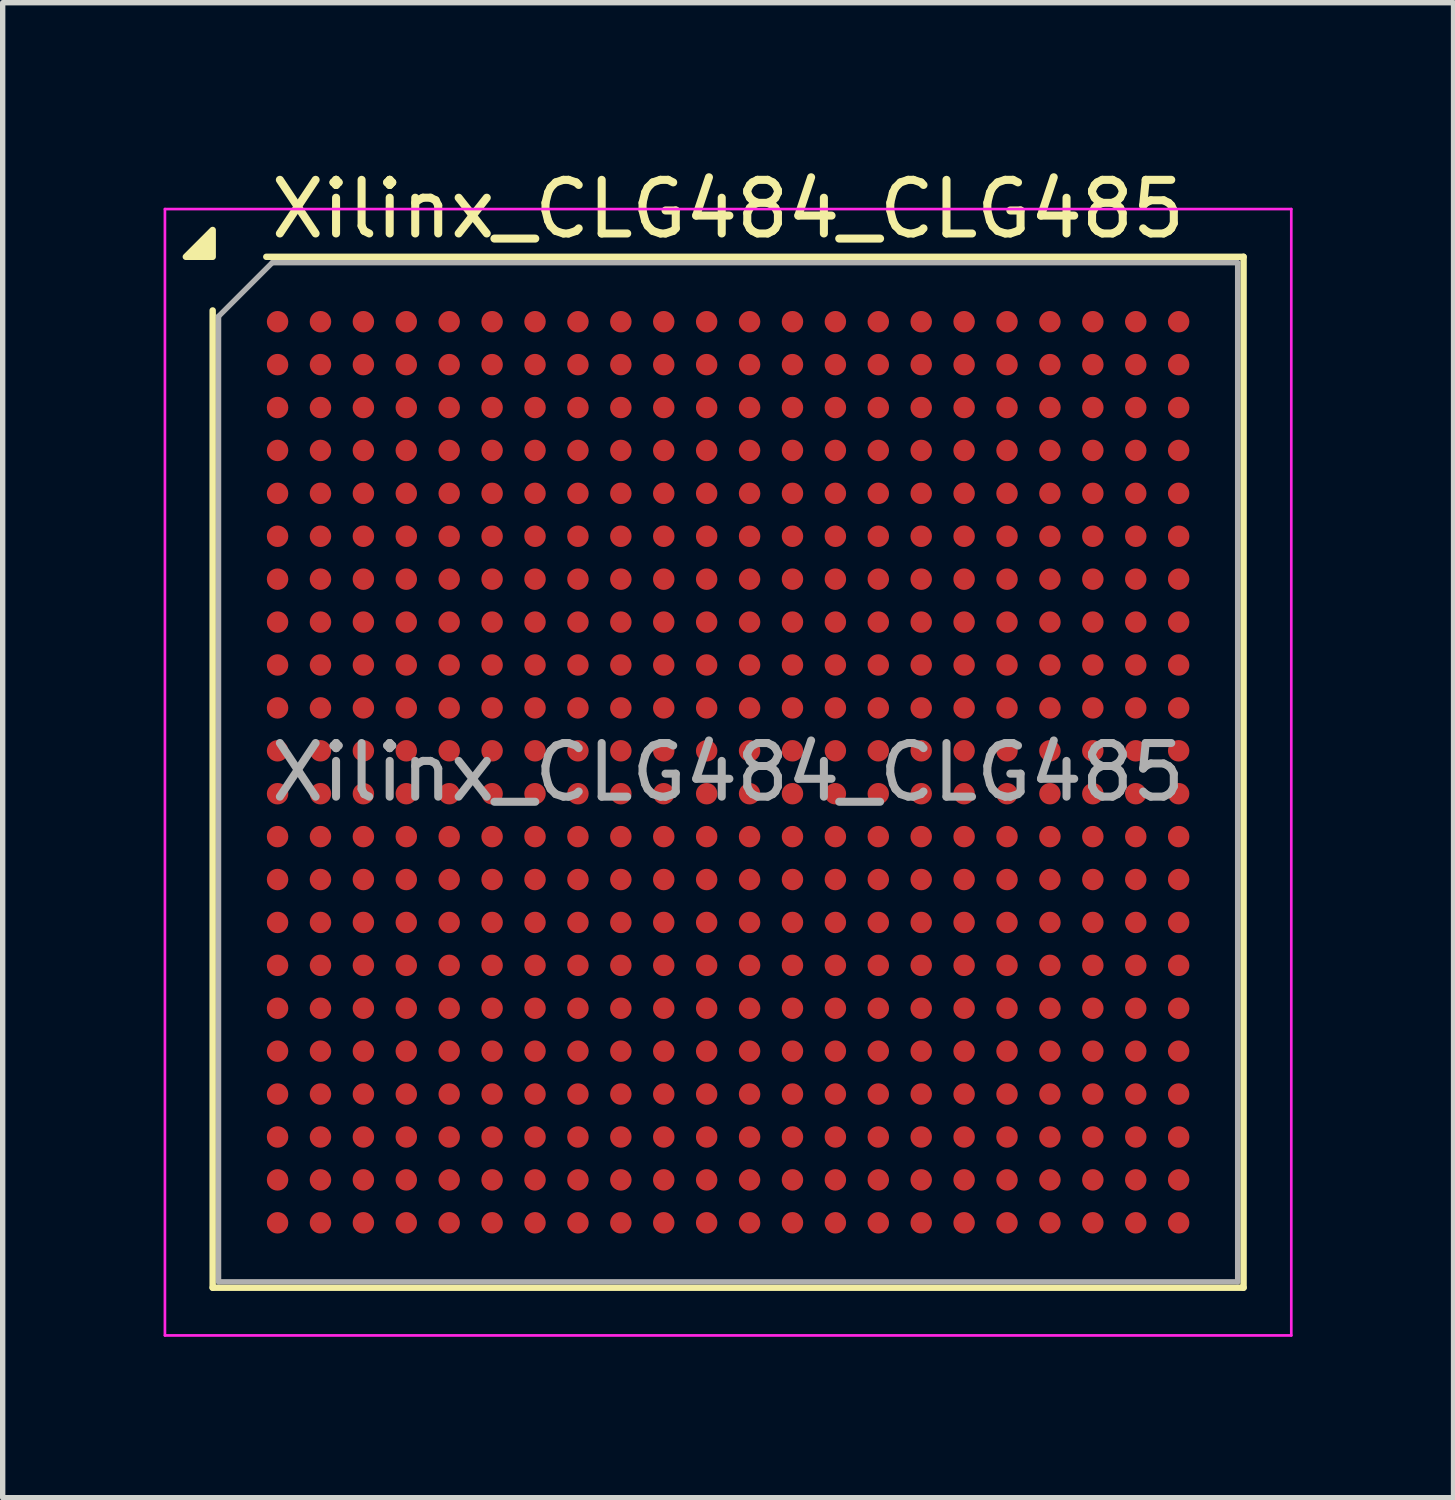
<source format=kicad_pcb>
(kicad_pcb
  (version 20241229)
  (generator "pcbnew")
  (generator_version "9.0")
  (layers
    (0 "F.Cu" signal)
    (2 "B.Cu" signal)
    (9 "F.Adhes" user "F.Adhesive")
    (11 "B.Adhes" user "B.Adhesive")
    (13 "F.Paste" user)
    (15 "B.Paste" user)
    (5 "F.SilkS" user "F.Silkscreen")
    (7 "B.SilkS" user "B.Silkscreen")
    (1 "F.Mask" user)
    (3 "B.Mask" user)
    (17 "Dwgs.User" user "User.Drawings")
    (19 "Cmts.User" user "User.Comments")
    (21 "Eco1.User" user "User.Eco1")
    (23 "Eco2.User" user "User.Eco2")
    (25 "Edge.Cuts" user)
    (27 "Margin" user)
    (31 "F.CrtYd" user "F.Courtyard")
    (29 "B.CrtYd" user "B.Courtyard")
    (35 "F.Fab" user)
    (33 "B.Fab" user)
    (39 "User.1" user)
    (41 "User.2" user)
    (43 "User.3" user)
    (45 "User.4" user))
  (footprint "Xilinx_CLG484_CLG485"
    (layer "F.Cu")
    (at 10.525 11.348)
    (property "Reference" "Xilinx_CLG484_CLG485" (at 0 -10.5 0) (layer "F.SilkS") (effects (font (size 1 1) (thickness 0.15))))
    (attr smd)
    (fp_line (start -9.61 9.61) (end -9.61 -8.61) (stroke (width 0.12) (type solid)) (layer "F.SilkS"))
    (fp_line (start -8.61 -9.61) (end 9.61 -9.61) (stroke (width 0.12) (type solid)) (layer "F.SilkS"))
    (fp_line (start 9.61 -9.61) (end 9.61 9.61) (stroke (width 0.12) (type solid)) (layer "F.SilkS"))
    (fp_line (start 9.61 9.61) (end -9.61 9.61) (stroke (width 0.12) (type solid)) (layer "F.SilkS"))
    (fp_poly (pts (xy -9.61 -9.61) (xy -10.11 -9.61) (xy -9.61 -10.11)) (stroke (width 0.12) (type solid)) (fill yes) (layer "F.SilkS"))
    (fp_line (start -10.5 -10.5) (end -10.5 10.5) (stroke (width 0.05) (type solid)) (layer "F.CrtYd"))
    (fp_line (start -10.5 10.5) (end 10.5 10.5) (stroke (width 0.05) (type solid)) (layer "F.CrtYd"))
    (fp_line (start 10.5 -10.5) (end -10.5 -10.5) (stroke (width 0.05) (type solid)) (layer "F.CrtYd"))
    (fp_line (start 10.5 10.5) (end 10.5 -10.5) (stroke (width 0.05) (type solid)) (layer "F.CrtYd"))
    (fp_line (start -9.5 -8.5) (end -8.5 -9.5) (stroke (width 0.1) (type solid)) (layer "F.Fab"))
    (fp_line (start -9.5 9.5) (end -9.5 -8.5) (stroke (width 0.1) (type solid)) (layer "F.Fab"))
    (fp_line (start -8.5 -9.5) (end 9.5 -9.5) (stroke (width 0.1) (type solid)) (layer "F.Fab"))
    (fp_line (start 9.5 -9.5) (end 9.5 9.5) (stroke (width 0.1) (type solid)) (layer "F.Fab"))
    (fp_line (start 9.5 9.5) (end -9.5 9.5) (stroke (width 0.1) (type solid)) (layer "F.Fab"))
    (fp_text user "${REFERENCE}" (at 0 0 0) (layer "F.Fab") (effects (font (size 1 1) (thickness 0.15))))
    (pad "A1" smd circle (at -8.4 -8.4) (size 0.4 0.4) (property pad_prop_bga) (layers "F.Cu" "F.Mask" "F.Paste"))
    (pad "A2" smd circle (at -7.6 -8.4) (size 0.4 0.4) (property pad_prop_bga) (layers "F.Cu" "F.Mask" "F.Paste"))
    (pad "A3" smd circle (at -6.8 -8.4) (size 0.4 0.4) (property pad_prop_bga) (layers "F.Cu" "F.Mask" "F.Paste"))
    (pad "A4" smd circle (at -6 -8.4) (size 0.4 0.4) (property pad_prop_bga) (layers "F.Cu" "F.Mask" "F.Paste"))
    (pad "A5" smd circle (at -5.2 -8.4) (size 0.4 0.4) (property pad_prop_bga) (layers "F.Cu" "F.Mask" "F.Paste"))
    (pad "A6" smd circle (at -4.4 -8.4) (size 0.4 0.4) (property pad_prop_bga) (layers "F.Cu" "F.Mask" "F.Paste"))
    (pad "A7" smd circle (at -3.6 -8.4) (size 0.4 0.4) (property pad_prop_bga) (layers "F.Cu" "F.Mask" "F.Paste"))
    (pad "A8" smd circle (at -2.8 -8.4) (size 0.4 0.4) (property pad_prop_bga) (layers "F.Cu" "F.Mask" "F.Paste"))
    (pad "A9" smd circle (at -2 -8.4) (size 0.4 0.4) (property pad_prop_bga) (layers "F.Cu" "F.Mask" "F.Paste"))
    (pad "A10" smd circle (at -1.2 -8.4) (size 0.4 0.4) (property pad_prop_bga) (layers "F.Cu" "F.Mask" "F.Paste"))
    (pad "A11" smd circle (at -0.4 -8.4) (size 0.4 0.4) (property pad_prop_bga) (layers "F.Cu" "F.Mask" "F.Paste"))
    (pad "A12" smd circle (at 0.4 -8.4) (size 0.4 0.4) (property pad_prop_bga) (layers "F.Cu" "F.Mask" "F.Paste"))
    (pad "A13" smd circle (at 1.2 -8.4) (size 0.4 0.4) (property pad_prop_bga) (layers "F.Cu" "F.Mask" "F.Paste"))
    (pad "A14" smd circle (at 2 -8.4) (size 0.4 0.4) (property pad_prop_bga) (layers "F.Cu" "F.Mask" "F.Paste"))
    (pad "A15" smd circle (at 2.8 -8.4) (size 0.4 0.4) (property pad_prop_bga) (layers "F.Cu" "F.Mask" "F.Paste"))
    (pad "A16" smd circle (at 3.6 -8.4) (size 0.4 0.4) (property pad_prop_bga) (layers "F.Cu" "F.Mask" "F.Paste"))
    (pad "A17" smd circle (at 4.4 -8.4) (size 0.4 0.4) (property pad_prop_bga) (layers "F.Cu" "F.Mask" "F.Paste"))
    (pad "A18" smd circle (at 5.2 -8.4) (size 0.4 0.4) (property pad_prop_bga) (layers "F.Cu" "F.Mask" "F.Paste"))
    (pad "A19" smd circle (at 6 -8.4) (size 0.4 0.4) (property pad_prop_bga) (layers "F.Cu" "F.Mask" "F.Paste"))
    (pad "A20" smd circle (at 6.8 -8.4) (size 0.4 0.4) (property pad_prop_bga) (layers "F.Cu" "F.Mask" "F.Paste"))
    (pad "A21" smd circle (at 7.6 -8.4) (size 0.4 0.4) (property pad_prop_bga) (layers "F.Cu" "F.Mask" "F.Paste"))
    (pad "A22" smd circle (at 8.4 -8.4) (size 0.4 0.4) (property pad_prop_bga) (layers "F.Cu" "F.Mask" "F.Paste"))
    (pad "AA1" smd circle (at -8.4 7.6) (size 0.4 0.4) (property pad_prop_bga) (layers "F.Cu" "F.Mask" "F.Paste"))
    (pad "AA2" smd circle (at -7.6 7.6) (size 0.4 0.4) (property pad_prop_bga) (layers "F.Cu" "F.Mask" "F.Paste"))
    (pad "AA3" smd circle (at -6.8 7.6) (size 0.4 0.4) (property pad_prop_bga) (layers "F.Cu" "F.Mask" "F.Paste"))
    (pad "AA4" smd circle (at -6 7.6) (size 0.4 0.4) (property pad_prop_bga) (layers "F.Cu" "F.Mask" "F.Paste"))
    (pad "AA5" smd circle (at -5.2 7.6) (size 0.4 0.4) (property pad_prop_bga) (layers "F.Cu" "F.Mask" "F.Paste"))
    (pad "AA6" smd circle (at -4.4 7.6) (size 0.4 0.4) (property pad_prop_bga) (layers "F.Cu" "F.Mask" "F.Paste"))
    (pad "AA7" smd circle (at -3.6 7.6) (size 0.4 0.4) (property pad_prop_bga) (layers "F.Cu" "F.Mask" "F.Paste"))
    (pad "AA8" smd circle (at -2.8 7.6) (size 0.4 0.4) (property pad_prop_bga) (layers "F.Cu" "F.Mask" "F.Paste"))
    (pad "AA9" smd circle (at -2 7.6) (size 0.4 0.4) (property pad_prop_bga) (layers "F.Cu" "F.Mask" "F.Paste"))
    (pad "AA10" smd circle (at -1.2 7.6) (size 0.4 0.4) (property pad_prop_bga) (layers "F.Cu" "F.Mask" "F.Paste"))
    (pad "AA11" smd circle (at -0.4 7.6) (size 0.4 0.4) (property pad_prop_bga) (layers "F.Cu" "F.Mask" "F.Paste"))
    (pad "AA12" smd circle (at 0.4 7.6) (size 0.4 0.4) (property pad_prop_bga) (layers "F.Cu" "F.Mask" "F.Paste"))
    (pad "AA13" smd circle (at 1.2 7.6) (size 0.4 0.4) (property pad_prop_bga) (layers "F.Cu" "F.Mask" "F.Paste"))
    (pad "AA14" smd circle (at 2 7.6) (size 0.4 0.4) (property pad_prop_bga) (layers "F.Cu" "F.Mask" "F.Paste"))
    (pad "AA15" smd circle (at 2.8 7.6) (size 0.4 0.4) (property pad_prop_bga) (layers "F.Cu" "F.Mask" "F.Paste"))
    (pad "AA16" smd circle (at 3.6 7.6) (size 0.4 0.4) (property pad_prop_bga) (layers "F.Cu" "F.Mask" "F.Paste"))
    (pad "AA17" smd circle (at 4.4 7.6) (size 0.4 0.4) (property pad_prop_bga) (layers "F.Cu" "F.Mask" "F.Paste"))
    (pad "AA18" smd circle (at 5.2 7.6) (size 0.4 0.4) (property pad_prop_bga) (layers "F.Cu" "F.Mask" "F.Paste"))
    (pad "AA19" smd circle (at 6 7.6) (size 0.4 0.4) (property pad_prop_bga) (layers "F.Cu" "F.Mask" "F.Paste"))
    (pad "AA20" smd circle (at 6.8 7.6) (size 0.4 0.4) (property pad_prop_bga) (layers "F.Cu" "F.Mask" "F.Paste"))
    (pad "AA21" smd circle (at 7.6 7.6) (size 0.4 0.4) (property pad_prop_bga) (layers "F.Cu" "F.Mask" "F.Paste"))
    (pad "AA22" smd circle (at 8.4 7.6) (size 0.4 0.4) (property pad_prop_bga) (layers "F.Cu" "F.Mask" "F.Paste"))
    (pad "AB1" smd circle (at -8.4 8.4) (size 0.4 0.4) (property pad_prop_bga) (layers "F.Cu" "F.Mask" "F.Paste"))
    (pad "AB2" smd circle (at -7.6 8.4) (size 0.4 0.4) (property pad_prop_bga) (layers "F.Cu" "F.Mask" "F.Paste"))
    (pad "AB3" smd circle (at -6.8 8.4) (size 0.4 0.4) (property pad_prop_bga) (layers "F.Cu" "F.Mask" "F.Paste"))
    (pad "AB4" smd circle (at -6 8.4) (size 0.4 0.4) (property pad_prop_bga) (layers "F.Cu" "F.Mask" "F.Paste"))
    (pad "AB5" smd circle (at -5.2 8.4) (size 0.4 0.4) (property pad_prop_bga) (layers "F.Cu" "F.Mask" "F.Paste"))
    (pad "AB6" smd circle (at -4.4 8.4) (size 0.4 0.4) (property pad_prop_bga) (layers "F.Cu" "F.Mask" "F.Paste"))
    (pad "AB7" smd circle (at -3.6 8.4) (size 0.4 0.4) (property pad_prop_bga) (layers "F.Cu" "F.Mask" "F.Paste"))
    (pad "AB8" smd circle (at -2.8 8.4) (size 0.4 0.4) (property pad_prop_bga) (layers "F.Cu" "F.Mask" "F.Paste"))
    (pad "AB9" smd circle (at -2 8.4) (size 0.4 0.4) (property pad_prop_bga) (layers "F.Cu" "F.Mask" "F.Paste"))
    (pad "AB10" smd circle (at -1.2 8.4) (size 0.4 0.4) (property pad_prop_bga) (layers "F.Cu" "F.Mask" "F.Paste"))
    (pad "AB11" smd circle (at -0.4 8.4) (size 0.4 0.4) (property pad_prop_bga) (layers "F.Cu" "F.Mask" "F.Paste"))
    (pad "AB12" smd circle (at 0.4 8.4) (size 0.4 0.4) (property pad_prop_bga) (layers "F.Cu" "F.Mask" "F.Paste"))
    (pad "AB13" smd circle (at 1.2 8.4) (size 0.4 0.4) (property pad_prop_bga) (layers "F.Cu" "F.Mask" "F.Paste"))
    (pad "AB14" smd circle (at 2 8.4) (size 0.4 0.4) (property pad_prop_bga) (layers "F.Cu" "F.Mask" "F.Paste"))
    (pad "AB15" smd circle (at 2.8 8.4) (size 0.4 0.4) (property pad_prop_bga) (layers "F.Cu" "F.Mask" "F.Paste"))
    (pad "AB16" smd circle (at 3.6 8.4) (size 0.4 0.4) (property pad_prop_bga) (layers "F.Cu" "F.Mask" "F.Paste"))
    (pad "AB17" smd circle (at 4.4 8.4) (size 0.4 0.4) (property pad_prop_bga) (layers "F.Cu" "F.Mask" "F.Paste"))
    (pad "AB18" smd circle (at 5.2 8.4) (size 0.4 0.4) (property pad_prop_bga) (layers "F.Cu" "F.Mask" "F.Paste"))
    (pad "AB19" smd circle (at 6 8.4) (size 0.4 0.4) (property pad_prop_bga) (layers "F.Cu" "F.Mask" "F.Paste"))
    (pad "AB20" smd circle (at 6.8 8.4) (size 0.4 0.4) (property pad_prop_bga) (layers "F.Cu" "F.Mask" "F.Paste"))
    (pad "AB21" smd circle (at 7.6 8.4) (size 0.4 0.4) (property pad_prop_bga) (layers "F.Cu" "F.Mask" "F.Paste"))
    (pad "AB22" smd circle (at 8.4 8.4) (size 0.4 0.4) (property pad_prop_bga) (layers "F.Cu" "F.Mask" "F.Paste"))
    (pad "B1" smd circle (at -8.4 -7.6) (size 0.4 0.4) (property pad_prop_bga) (layers "F.Cu" "F.Mask" "F.Paste"))
    (pad "B2" smd circle (at -7.6 -7.6) (size 0.4 0.4) (property pad_prop_bga) (layers "F.Cu" "F.Mask" "F.Paste"))
    (pad "B3" smd circle (at -6.8 -7.6) (size 0.4 0.4) (property pad_prop_bga) (layers "F.Cu" "F.Mask" "F.Paste"))
    (pad "B4" smd circle (at -6 -7.6) (size 0.4 0.4) (property pad_prop_bga) (layers "F.Cu" "F.Mask" "F.Paste"))
    (pad "B5" smd circle (at -5.2 -7.6) (size 0.4 0.4) (property pad_prop_bga) (layers "F.Cu" "F.Mask" "F.Paste"))
    (pad "B6" smd circle (at -4.4 -7.6) (size 0.4 0.4) (property pad_prop_bga) (layers "F.Cu" "F.Mask" "F.Paste"))
    (pad "B7" smd circle (at -3.6 -7.6) (size 0.4 0.4) (property pad_prop_bga) (layers "F.Cu" "F.Mask" "F.Paste"))
    (pad "B8" smd circle (at -2.8 -7.6) (size 0.4 0.4) (property pad_prop_bga) (layers "F.Cu" "F.Mask" "F.Paste"))
    (pad "B9" smd circle (at -2 -7.6) (size 0.4 0.4) (property pad_prop_bga) (layers "F.Cu" "F.Mask" "F.Paste"))
    (pad "B10" smd circle (at -1.2 -7.6) (size 0.4 0.4) (property pad_prop_bga) (layers "F.Cu" "F.Mask" "F.Paste"))
    (pad "B11" smd circle (at -0.4 -7.6) (size 0.4 0.4) (property pad_prop_bga) (layers "F.Cu" "F.Mask" "F.Paste"))
    (pad "B12" smd circle (at 0.4 -7.6) (size 0.4 0.4) (property pad_prop_bga) (layers "F.Cu" "F.Mask" "F.Paste"))
    (pad "B13" smd circle (at 1.2 -7.6) (size 0.4 0.4) (property pad_prop_bga) (layers "F.Cu" "F.Mask" "F.Paste"))
    (pad "B14" smd circle (at 2 -7.6) (size 0.4 0.4) (property pad_prop_bga) (layers "F.Cu" "F.Mask" "F.Paste"))
    (pad "B15" smd circle (at 2.8 -7.6) (size 0.4 0.4) (property pad_prop_bga) (layers "F.Cu" "F.Mask" "F.Paste"))
    (pad "B16" smd circle (at 3.6 -7.6) (size 0.4 0.4) (property pad_prop_bga) (layers "F.Cu" "F.Mask" "F.Paste"))
    (pad "B17" smd circle (at 4.4 -7.6) (size 0.4 0.4) (property pad_prop_bga) (layers "F.Cu" "F.Mask" "F.Paste"))
    (pad "B18" smd circle (at 5.2 -7.6) (size 0.4 0.4) (property pad_prop_bga) (layers "F.Cu" "F.Mask" "F.Paste"))
    (pad "B19" smd circle (at 6 -7.6) (size 0.4 0.4) (property pad_prop_bga) (layers "F.Cu" "F.Mask" "F.Paste"))
    (pad "B20" smd circle (at 6.8 -7.6) (size 0.4 0.4) (property pad_prop_bga) (layers "F.Cu" "F.Mask" "F.Paste"))
    (pad "B21" smd circle (at 7.6 -7.6) (size 0.4 0.4) (property pad_prop_bga) (layers "F.Cu" "F.Mask" "F.Paste"))
    (pad "B22" smd circle (at 8.4 -7.6) (size 0.4 0.4) (property pad_prop_bga) (layers "F.Cu" "F.Mask" "F.Paste"))
    (pad "C1" smd circle (at -8.4 -6.8) (size 0.4 0.4) (property pad_prop_bga) (layers "F.Cu" "F.Mask" "F.Paste"))
    (pad "C2" smd circle (at -7.6 -6.8) (size 0.4 0.4) (property pad_prop_bga) (layers "F.Cu" "F.Mask" "F.Paste"))
    (pad "C3" smd circle (at -6.8 -6.8) (size 0.4 0.4) (property pad_prop_bga) (layers "F.Cu" "F.Mask" "F.Paste"))
    (pad "C4" smd circle (at -6 -6.8) (size 0.4 0.4) (property pad_prop_bga) (layers "F.Cu" "F.Mask" "F.Paste"))
    (pad "C5" smd circle (at -5.2 -6.8) (size 0.4 0.4) (property pad_prop_bga) (layers "F.Cu" "F.Mask" "F.Paste"))
    (pad "C6" smd circle (at -4.4 -6.8) (size 0.4 0.4) (property pad_prop_bga) (layers "F.Cu" "F.Mask" "F.Paste"))
    (pad "C7" smd circle (at -3.6 -6.8) (size 0.4 0.4) (property pad_prop_bga) (layers "F.Cu" "F.Mask" "F.Paste"))
    (pad "C8" smd circle (at -2.8 -6.8) (size 0.4 0.4) (property pad_prop_bga) (layers "F.Cu" "F.Mask" "F.Paste"))
    (pad "C9" smd circle (at -2 -6.8) (size 0.4 0.4) (property pad_prop_bga) (layers "F.Cu" "F.Mask" "F.Paste"))
    (pad "C10" smd circle (at -1.2 -6.8) (size 0.4 0.4) (property pad_prop_bga) (layers "F.Cu" "F.Mask" "F.Paste"))
    (pad "C11" smd circle (at -0.4 -6.8) (size 0.4 0.4) (property pad_prop_bga) (layers "F.Cu" "F.Mask" "F.Paste"))
    (pad "C12" smd circle (at 0.4 -6.8) (size 0.4 0.4) (property pad_prop_bga) (layers "F.Cu" "F.Mask" "F.Paste"))
    (pad "C13" smd circle (at 1.2 -6.8) (size 0.4 0.4) (property pad_prop_bga) (layers "F.Cu" "F.Mask" "F.Paste"))
    (pad "C14" smd circle (at 2 -6.8) (size 0.4 0.4) (property pad_prop_bga) (layers "F.Cu" "F.Mask" "F.Paste"))
    (pad "C15" smd circle (at 2.8 -6.8) (size 0.4 0.4) (property pad_prop_bga) (layers "F.Cu" "F.Mask" "F.Paste"))
    (pad "C16" smd circle (at 3.6 -6.8) (size 0.4 0.4) (property pad_prop_bga) (layers "F.Cu" "F.Mask" "F.Paste"))
    (pad "C17" smd circle (at 4.4 -6.8) (size 0.4 0.4) (property pad_prop_bga) (layers "F.Cu" "F.Mask" "F.Paste"))
    (pad "C18" smd circle (at 5.2 -6.8) (size 0.4 0.4) (property pad_prop_bga) (layers "F.Cu" "F.Mask" "F.Paste"))
    (pad "C19" smd circle (at 6 -6.8) (size 0.4 0.4) (property pad_prop_bga) (layers "F.Cu" "F.Mask" "F.Paste"))
    (pad "C20" smd circle (at 6.8 -6.8) (size 0.4 0.4) (property pad_prop_bga) (layers "F.Cu" "F.Mask" "F.Paste"))
    (pad "C21" smd circle (at 7.6 -6.8) (size 0.4 0.4) (property pad_prop_bga) (layers "F.Cu" "F.Mask" "F.Paste"))
    (pad "C22" smd circle (at 8.4 -6.8) (size 0.4 0.4) (property pad_prop_bga) (layers "F.Cu" "F.Mask" "F.Paste"))
    (pad "D1" smd circle (at -8.4 -6) (size 0.4 0.4) (property pad_prop_bga) (layers "F.Cu" "F.Mask" "F.Paste"))
    (pad "D2" smd circle (at -7.6 -6) (size 0.4 0.4) (property pad_prop_bga) (layers "F.Cu" "F.Mask" "F.Paste"))
    (pad "D3" smd circle (at -6.8 -6) (size 0.4 0.4) (property pad_prop_bga) (layers "F.Cu" "F.Mask" "F.Paste"))
    (pad "D4" smd circle (at -6 -6) (size 0.4 0.4) (property pad_prop_bga) (layers "F.Cu" "F.Mask" "F.Paste"))
    (pad "D5" smd circle (at -5.2 -6) (size 0.4 0.4) (property pad_prop_bga) (layers "F.Cu" "F.Mask" "F.Paste"))
    (pad "D6" smd circle (at -4.4 -6) (size 0.4 0.4) (property pad_prop_bga) (layers "F.Cu" "F.Mask" "F.Paste"))
    (pad "D7" smd circle (at -3.6 -6) (size 0.4 0.4) (property pad_prop_bga) (layers "F.Cu" "F.Mask" "F.Paste"))
    (pad "D8" smd circle (at -2.8 -6) (size 0.4 0.4) (property pad_prop_bga) (layers "F.Cu" "F.Mask" "F.Paste"))
    (pad "D9" smd circle (at -2 -6) (size 0.4 0.4) (property pad_prop_bga) (layers "F.Cu" "F.Mask" "F.Paste"))
    (pad "D10" smd circle (at -1.2 -6) (size 0.4 0.4) (property pad_prop_bga) (layers "F.Cu" "F.Mask" "F.Paste"))
    (pad "D11" smd circle (at -0.4 -6) (size 0.4 0.4) (property pad_prop_bga) (layers "F.Cu" "F.Mask" "F.Paste"))
    (pad "D12" smd circle (at 0.4 -6) (size 0.4 0.4) (property pad_prop_bga) (layers "F.Cu" "F.Mask" "F.Paste"))
    (pad "D13" smd circle (at 1.2 -6) (size 0.4 0.4) (property pad_prop_bga) (layers "F.Cu" "F.Mask" "F.Paste"))
    (pad "D14" smd circle (at 2 -6) (size 0.4 0.4) (property pad_prop_bga) (layers "F.Cu" "F.Mask" "F.Paste"))
    (pad "D15" smd circle (at 2.8 -6) (size 0.4 0.4) (property pad_prop_bga) (layers "F.Cu" "F.Mask" "F.Paste"))
    (pad "D16" smd circle (at 3.6 -6) (size 0.4 0.4) (property pad_prop_bga) (layers "F.Cu" "F.Mask" "F.Paste"))
    (pad "D17" smd circle (at 4.4 -6) (size 0.4 0.4) (property pad_prop_bga) (layers "F.Cu" "F.Mask" "F.Paste"))
    (pad "D18" smd circle (at 5.2 -6) (size 0.4 0.4) (property pad_prop_bga) (layers "F.Cu" "F.Mask" "F.Paste"))
    (pad "D19" smd circle (at 6 -6) (size 0.4 0.4) (property pad_prop_bga) (layers "F.Cu" "F.Mask" "F.Paste"))
    (pad "D20" smd circle (at 6.8 -6) (size 0.4 0.4) (property pad_prop_bga) (layers "F.Cu" "F.Mask" "F.Paste"))
    (pad "D21" smd circle (at 7.6 -6) (size 0.4 0.4) (property pad_prop_bga) (layers "F.Cu" "F.Mask" "F.Paste"))
    (pad "D22" smd circle (at 8.4 -6) (size 0.4 0.4) (property pad_prop_bga) (layers "F.Cu" "F.Mask" "F.Paste"))
    (pad "E1" smd circle (at -8.4 -5.2) (size 0.4 0.4) (property pad_prop_bga) (layers "F.Cu" "F.Mask" "F.Paste"))
    (pad "E2" smd circle (at -7.6 -5.2) (size 0.4 0.4) (property pad_prop_bga) (layers "F.Cu" "F.Mask" "F.Paste"))
    (pad "E3" smd circle (at -6.8 -5.2) (size 0.4 0.4) (property pad_prop_bga) (layers "F.Cu" "F.Mask" "F.Paste"))
    (pad "E4" smd circle (at -6 -5.2) (size 0.4 0.4) (property pad_prop_bga) (layers "F.Cu" "F.Mask" "F.Paste"))
    (pad "E5" smd circle (at -5.2 -5.2) (size 0.4 0.4) (property pad_prop_bga) (layers "F.Cu" "F.Mask" "F.Paste"))
    (pad "E6" smd circle (at -4.4 -5.2) (size 0.4 0.4) (property pad_prop_bga) (layers "F.Cu" "F.Mask" "F.Paste"))
    (pad "E7" smd circle (at -3.6 -5.2) (size 0.4 0.4) (property pad_prop_bga) (layers "F.Cu" "F.Mask" "F.Paste"))
    (pad "E8" smd circle (at -2.8 -5.2) (size 0.4 0.4) (property pad_prop_bga) (layers "F.Cu" "F.Mask" "F.Paste"))
    (pad "E9" smd circle (at -2 -5.2) (size 0.4 0.4) (property pad_prop_bga) (layers "F.Cu" "F.Mask" "F.Paste"))
    (pad "E10" smd circle (at -1.2 -5.2) (size 0.4 0.4) (property pad_prop_bga) (layers "F.Cu" "F.Mask" "F.Paste"))
    (pad "E11" smd circle (at -0.4 -5.2) (size 0.4 0.4) (property pad_prop_bga) (layers "F.Cu" "F.Mask" "F.Paste"))
    (pad "E12" smd circle (at 0.4 -5.2) (size 0.4 0.4) (property pad_prop_bga) (layers "F.Cu" "F.Mask" "F.Paste"))
    (pad "E13" smd circle (at 1.2 -5.2) (size 0.4 0.4) (property pad_prop_bga) (layers "F.Cu" "F.Mask" "F.Paste"))
    (pad "E14" smd circle (at 2 -5.2) (size 0.4 0.4) (property pad_prop_bga) (layers "F.Cu" "F.Mask" "F.Paste"))
    (pad "E15" smd circle (at 2.8 -5.2) (size 0.4 0.4) (property pad_prop_bga) (layers "F.Cu" "F.Mask" "F.Paste"))
    (pad "E16" smd circle (at 3.6 -5.2) (size 0.4 0.4) (property pad_prop_bga) (layers "F.Cu" "F.Mask" "F.Paste"))
    (pad "E17" smd circle (at 4.4 -5.2) (size 0.4 0.4) (property pad_prop_bga) (layers "F.Cu" "F.Mask" "F.Paste"))
    (pad "E18" smd circle (at 5.2 -5.2) (size 0.4 0.4) (property pad_prop_bga) (layers "F.Cu" "F.Mask" "F.Paste"))
    (pad "E19" smd circle (at 6 -5.2) (size 0.4 0.4) (property pad_prop_bga) (layers "F.Cu" "F.Mask" "F.Paste"))
    (pad "E20" smd circle (at 6.8 -5.2) (size 0.4 0.4) (property pad_prop_bga) (layers "F.Cu" "F.Mask" "F.Paste"))
    (pad "E21" smd circle (at 7.6 -5.2) (size 0.4 0.4) (property pad_prop_bga) (layers "F.Cu" "F.Mask" "F.Paste"))
    (pad "E22" smd circle (at 8.4 -5.2) (size 0.4 0.4) (property pad_prop_bga) (layers "F.Cu" "F.Mask" "F.Paste"))
    (pad "F1" smd circle (at -8.4 -4.4) (size 0.4 0.4) (property pad_prop_bga) (layers "F.Cu" "F.Mask" "F.Paste"))
    (pad "F2" smd circle (at -7.6 -4.4) (size 0.4 0.4) (property pad_prop_bga) (layers "F.Cu" "F.Mask" "F.Paste"))
    (pad "F3" smd circle (at -6.8 -4.4) (size 0.4 0.4) (property pad_prop_bga) (layers "F.Cu" "F.Mask" "F.Paste"))
    (pad "F4" smd circle (at -6 -4.4) (size 0.4 0.4) (property pad_prop_bga) (layers "F.Cu" "F.Mask" "F.Paste"))
    (pad "F5" smd circle (at -5.2 -4.4) (size 0.4 0.4) (property pad_prop_bga) (layers "F.Cu" "F.Mask" "F.Paste"))
    (pad "F6" smd circle (at -4.4 -4.4) (size 0.4 0.4) (property pad_prop_bga) (layers "F.Cu" "F.Mask" "F.Paste"))
    (pad "F7" smd circle (at -3.6 -4.4) (size 0.4 0.4) (property pad_prop_bga) (layers "F.Cu" "F.Mask" "F.Paste"))
    (pad "F8" smd circle (at -2.8 -4.4) (size 0.4 0.4) (property pad_prop_bga) (layers "F.Cu" "F.Mask" "F.Paste"))
    (pad "F9" smd circle (at -2 -4.4) (size 0.4 0.4) (property pad_prop_bga) (layers "F.Cu" "F.Mask" "F.Paste"))
    (pad "F10" smd circle (at -1.2 -4.4) (size 0.4 0.4) (property pad_prop_bga) (layers "F.Cu" "F.Mask" "F.Paste"))
    (pad "F11" smd circle (at -0.4 -4.4) (size 0.4 0.4) (property pad_prop_bga) (layers "F.Cu" "F.Mask" "F.Paste"))
    (pad "F12" smd circle (at 0.4 -4.4) (size 0.4 0.4) (property pad_prop_bga) (layers "F.Cu" "F.Mask" "F.Paste"))
    (pad "F13" smd circle (at 1.2 -4.4) (size 0.4 0.4) (property pad_prop_bga) (layers "F.Cu" "F.Mask" "F.Paste"))
    (pad "F14" smd circle (at 2 -4.4) (size 0.4 0.4) (property pad_prop_bga) (layers "F.Cu" "F.Mask" "F.Paste"))
    (pad "F15" smd circle (at 2.8 -4.4) (size 0.4 0.4) (property pad_prop_bga) (layers "F.Cu" "F.Mask" "F.Paste"))
    (pad "F16" smd circle (at 3.6 -4.4) (size 0.4 0.4) (property pad_prop_bga) (layers "F.Cu" "F.Mask" "F.Paste"))
    (pad "F17" smd circle (at 4.4 -4.4) (size 0.4 0.4) (property pad_prop_bga) (layers "F.Cu" "F.Mask" "F.Paste"))
    (pad "F18" smd circle (at 5.2 -4.4) (size 0.4 0.4) (property pad_prop_bga) (layers "F.Cu" "F.Mask" "F.Paste"))
    (pad "F19" smd circle (at 6 -4.4) (size 0.4 0.4) (property pad_prop_bga) (layers "F.Cu" "F.Mask" "F.Paste"))
    (pad "F20" smd circle (at 6.8 -4.4) (size 0.4 0.4) (property pad_prop_bga) (layers "F.Cu" "F.Mask" "F.Paste"))
    (pad "F21" smd circle (at 7.6 -4.4) (size 0.4 0.4) (property pad_prop_bga) (layers "F.Cu" "F.Mask" "F.Paste"))
    (pad "F22" smd circle (at 8.4 -4.4) (size 0.4 0.4) (property pad_prop_bga) (layers "F.Cu" "F.Mask" "F.Paste"))
    (pad "G1" smd circle (at -8.4 -3.6) (size 0.4 0.4) (property pad_prop_bga) (layers "F.Cu" "F.Mask" "F.Paste"))
    (pad "G2" smd circle (at -7.6 -3.6) (size 0.4 0.4) (property pad_prop_bga) (layers "F.Cu" "F.Mask" "F.Paste"))
    (pad "G3" smd circle (at -6.8 -3.6) (size 0.4 0.4) (property pad_prop_bga) (layers "F.Cu" "F.Mask" "F.Paste"))
    (pad "G4" smd circle (at -6 -3.6) (size 0.4 0.4) (property pad_prop_bga) (layers "F.Cu" "F.Mask" "F.Paste"))
    (pad "G5" smd circle (at -5.2 -3.6) (size 0.4 0.4) (property pad_prop_bga) (layers "F.Cu" "F.Mask" "F.Paste"))
    (pad "G6" smd circle (at -4.4 -3.6) (size 0.4 0.4) (property pad_prop_bga) (layers "F.Cu" "F.Mask" "F.Paste"))
    (pad "G7" smd circle (at -3.6 -3.6) (size 0.4 0.4) (property pad_prop_bga) (layers "F.Cu" "F.Mask" "F.Paste"))
    (pad "G8" smd circle (at -2.8 -3.6) (size 0.4 0.4) (property pad_prop_bga) (layers "F.Cu" "F.Mask" "F.Paste"))
    (pad "G9" smd circle (at -2 -3.6) (size 0.4 0.4) (property pad_prop_bga) (layers "F.Cu" "F.Mask" "F.Paste"))
    (pad "G10" smd circle (at -1.2 -3.6) (size 0.4 0.4) (property pad_prop_bga) (layers "F.Cu" "F.Mask" "F.Paste"))
    (pad "G11" smd circle (at -0.4 -3.6) (size 0.4 0.4) (property pad_prop_bga) (layers "F.Cu" "F.Mask" "F.Paste"))
    (pad "G12" smd circle (at 0.4 -3.6) (size 0.4 0.4) (property pad_prop_bga) (layers "F.Cu" "F.Mask" "F.Paste"))
    (pad "G13" smd circle (at 1.2 -3.6) (size 0.4 0.4) (property pad_prop_bga) (layers "F.Cu" "F.Mask" "F.Paste"))
    (pad "G14" smd circle (at 2 -3.6) (size 0.4 0.4) (property pad_prop_bga) (layers "F.Cu" "F.Mask" "F.Paste"))
    (pad "G15" smd circle (at 2.8 -3.6) (size 0.4 0.4) (property pad_prop_bga) (layers "F.Cu" "F.Mask" "F.Paste"))
    (pad "G16" smd circle (at 3.6 -3.6) (size 0.4 0.4) (property pad_prop_bga) (layers "F.Cu" "F.Mask" "F.Paste"))
    (pad "G17" smd circle (at 4.4 -3.6) (size 0.4 0.4) (property pad_prop_bga) (layers "F.Cu" "F.Mask" "F.Paste"))
    (pad "G18" smd circle (at 5.2 -3.6) (size 0.4 0.4) (property pad_prop_bga) (layers "F.Cu" "F.Mask" "F.Paste"))
    (pad "G19" smd circle (at 6 -3.6) (size 0.4 0.4) (property pad_prop_bga) (layers "F.Cu" "F.Mask" "F.Paste"))
    (pad "G20" smd circle (at 6.8 -3.6) (size 0.4 0.4) (property pad_prop_bga) (layers "F.Cu" "F.Mask" "F.Paste"))
    (pad "G21" smd circle (at 7.6 -3.6) (size 0.4 0.4) (property pad_prop_bga) (layers "F.Cu" "F.Mask" "F.Paste"))
    (pad "G22" smd circle (at 8.4 -3.6) (size 0.4 0.4) (property pad_prop_bga) (layers "F.Cu" "F.Mask" "F.Paste"))
    (pad "H1" smd circle (at -8.4 -2.8) (size 0.4 0.4) (property pad_prop_bga) (layers "F.Cu" "F.Mask" "F.Paste"))
    (pad "H2" smd circle (at -7.6 -2.8) (size 0.4 0.4) (property pad_prop_bga) (layers "F.Cu" "F.Mask" "F.Paste"))
    (pad "H3" smd circle (at -6.8 -2.8) (size 0.4 0.4) (property pad_prop_bga) (layers "F.Cu" "F.Mask" "F.Paste"))
    (pad "H4" smd circle (at -6 -2.8) (size 0.4 0.4) (property pad_prop_bga) (layers "F.Cu" "F.Mask" "F.Paste"))
    (pad "H5" smd circle (at -5.2 -2.8) (size 0.4 0.4) (property pad_prop_bga) (layers "F.Cu" "F.Mask" "F.Paste"))
    (pad "H6" smd circle (at -4.4 -2.8) (size 0.4 0.4) (property pad_prop_bga) (layers "F.Cu" "F.Mask" "F.Paste"))
    (pad "H7" smd circle (at -3.6 -2.8) (size 0.4 0.4) (property pad_prop_bga) (layers "F.Cu" "F.Mask" "F.Paste"))
    (pad "H8" smd circle (at -2.8 -2.8) (size 0.4 0.4) (property pad_prop_bga) (layers "F.Cu" "F.Mask" "F.Paste"))
    (pad "H9" smd circle (at -2 -2.8) (size 0.4 0.4) (property pad_prop_bga) (layers "F.Cu" "F.Mask" "F.Paste"))
    (pad "H10" smd circle (at -1.2 -2.8) (size 0.4 0.4) (property pad_prop_bga) (layers "F.Cu" "F.Mask" "F.Paste"))
    (pad "H11" smd circle (at -0.4 -2.8) (size 0.4 0.4) (property pad_prop_bga) (layers "F.Cu" "F.Mask" "F.Paste"))
    (pad "H12" smd circle (at 0.4 -2.8) (size 0.4 0.4) (property pad_prop_bga) (layers "F.Cu" "F.Mask" "F.Paste"))
    (pad "H13" smd circle (at 1.2 -2.8) (size 0.4 0.4) (property pad_prop_bga) (layers "F.Cu" "F.Mask" "F.Paste"))
    (pad "H14" smd circle (at 2 -2.8) (size 0.4 0.4) (property pad_prop_bga) (layers "F.Cu" "F.Mask" "F.Paste"))
    (pad "H15" smd circle (at 2.8 -2.8) (size 0.4 0.4) (property pad_prop_bga) (layers "F.Cu" "F.Mask" "F.Paste"))
    (pad "H16" smd circle (at 3.6 -2.8) (size 0.4 0.4) (property pad_prop_bga) (layers "F.Cu" "F.Mask" "F.Paste"))
    (pad "H17" smd circle (at 4.4 -2.8) (size 0.4 0.4) (property pad_prop_bga) (layers "F.Cu" "F.Mask" "F.Paste"))
    (pad "H18" smd circle (at 5.2 -2.8) (size 0.4 0.4) (property pad_prop_bga) (layers "F.Cu" "F.Mask" "F.Paste"))
    (pad "H19" smd circle (at 6 -2.8) (size 0.4 0.4) (property pad_prop_bga) (layers "F.Cu" "F.Mask" "F.Paste"))
    (pad "H20" smd circle (at 6.8 -2.8) (size 0.4 0.4) (property pad_prop_bga) (layers "F.Cu" "F.Mask" "F.Paste"))
    (pad "H21" smd circle (at 7.6 -2.8) (size 0.4 0.4) (property pad_prop_bga) (layers "F.Cu" "F.Mask" "F.Paste"))
    (pad "H22" smd circle (at 8.4 -2.8) (size 0.4 0.4) (property pad_prop_bga) (layers "F.Cu" "F.Mask" "F.Paste"))
    (pad "J1" smd circle (at -8.4 -2) (size 0.4 0.4) (property pad_prop_bga) (layers "F.Cu" "F.Mask" "F.Paste"))
    (pad "J2" smd circle (at -7.6 -2) (size 0.4 0.4) (property pad_prop_bga) (layers "F.Cu" "F.Mask" "F.Paste"))
    (pad "J3" smd circle (at -6.8 -2) (size 0.4 0.4) (property pad_prop_bga) (layers "F.Cu" "F.Mask" "F.Paste"))
    (pad "J4" smd circle (at -6 -2) (size 0.4 0.4) (property pad_prop_bga) (layers "F.Cu" "F.Mask" "F.Paste"))
    (pad "J5" smd circle (at -5.2 -2) (size 0.4 0.4) (property pad_prop_bga) (layers "F.Cu" "F.Mask" "F.Paste"))
    (pad "J6" smd circle (at -4.4 -2) (size 0.4 0.4) (property pad_prop_bga) (layers "F.Cu" "F.Mask" "F.Paste"))
    (pad "J7" smd circle (at -3.6 -2) (size 0.4 0.4) (property pad_prop_bga) (layers "F.Cu" "F.Mask" "F.Paste"))
    (pad "J8" smd circle (at -2.8 -2) (size 0.4 0.4) (property pad_prop_bga) (layers "F.Cu" "F.Mask" "F.Paste"))
    (pad "J9" smd circle (at -2 -2) (size 0.4 0.4) (property pad_prop_bga) (layers "F.Cu" "F.Mask" "F.Paste"))
    (pad "J10" smd circle (at -1.2 -2) (size 0.4 0.4) (property pad_prop_bga) (layers "F.Cu" "F.Mask" "F.Paste"))
    (pad "J11" smd circle (at -0.4 -2) (size 0.4 0.4) (property pad_prop_bga) (layers "F.Cu" "F.Mask" "F.Paste"))
    (pad "J12" smd circle (at 0.4 -2) (size 0.4 0.4) (property pad_prop_bga) (layers "F.Cu" "F.Mask" "F.Paste"))
    (pad "J13" smd circle (at 1.2 -2) (size 0.4 0.4) (property pad_prop_bga) (layers "F.Cu" "F.Mask" "F.Paste"))
    (pad "J14" smd circle (at 2 -2) (size 0.4 0.4) (property pad_prop_bga) (layers "F.Cu" "F.Mask" "F.Paste"))
    (pad "J15" smd circle (at 2.8 -2) (size 0.4 0.4) (property pad_prop_bga) (layers "F.Cu" "F.Mask" "F.Paste"))
    (pad "J16" smd circle (at 3.6 -2) (size 0.4 0.4) (property pad_prop_bga) (layers "F.Cu" "F.Mask" "F.Paste"))
    (pad "J17" smd circle (at 4.4 -2) (size 0.4 0.4) (property pad_prop_bga) (layers "F.Cu" "F.Mask" "F.Paste"))
    (pad "J18" smd circle (at 5.2 -2) (size 0.4 0.4) (property pad_prop_bga) (layers "F.Cu" "F.Mask" "F.Paste"))
    (pad "J19" smd circle (at 6 -2) (size 0.4 0.4) (property pad_prop_bga) (layers "F.Cu" "F.Mask" "F.Paste"))
    (pad "J20" smd circle (at 6.8 -2) (size 0.4 0.4) (property pad_prop_bga) (layers "F.Cu" "F.Mask" "F.Paste"))
    (pad "J21" smd circle (at 7.6 -2) (size 0.4 0.4) (property pad_prop_bga) (layers "F.Cu" "F.Mask" "F.Paste"))
    (pad "J22" smd circle (at 8.4 -2) (size 0.4 0.4) (property pad_prop_bga) (layers "F.Cu" "F.Mask" "F.Paste"))
    (pad "K1" smd circle (at -8.4 -1.2) (size 0.4 0.4) (property pad_prop_bga) (layers "F.Cu" "F.Mask" "F.Paste"))
    (pad "K2" smd circle (at -7.6 -1.2) (size 0.4 0.4) (property pad_prop_bga) (layers "F.Cu" "F.Mask" "F.Paste"))
    (pad "K3" smd circle (at -6.8 -1.2) (size 0.4 0.4) (property pad_prop_bga) (layers "F.Cu" "F.Mask" "F.Paste"))
    (pad "K4" smd circle (at -6 -1.2) (size 0.4 0.4) (property pad_prop_bga) (layers "F.Cu" "F.Mask" "F.Paste"))
    (pad "K5" smd circle (at -5.2 -1.2) (size 0.4 0.4) (property pad_prop_bga) (layers "F.Cu" "F.Mask" "F.Paste"))
    (pad "K6" smd circle (at -4.4 -1.2) (size 0.4 0.4) (property pad_prop_bga) (layers "F.Cu" "F.Mask" "F.Paste"))
    (pad "K7" smd circle (at -3.6 -1.2) (size 0.4 0.4) (property pad_prop_bga) (layers "F.Cu" "F.Mask" "F.Paste"))
    (pad "K8" smd circle (at -2.8 -1.2) (size 0.4 0.4) (property pad_prop_bga) (layers "F.Cu" "F.Mask" "F.Paste"))
    (pad "K9" smd circle (at -2 -1.2) (size 0.4 0.4) (property pad_prop_bga) (layers "F.Cu" "F.Mask" "F.Paste"))
    (pad "K10" smd circle (at -1.2 -1.2) (size 0.4 0.4) (property pad_prop_bga) (layers "F.Cu" "F.Mask" "F.Paste"))
    (pad "K11" smd circle (at -0.4 -1.2) (size 0.4 0.4) (property pad_prop_bga) (layers "F.Cu" "F.Mask" "F.Paste"))
    (pad "K12" smd circle (at 0.4 -1.2) (size 0.4 0.4) (property pad_prop_bga) (layers "F.Cu" "F.Mask" "F.Paste"))
    (pad "K13" smd circle (at 1.2 -1.2) (size 0.4 0.4) (property pad_prop_bga) (layers "F.Cu" "F.Mask" "F.Paste"))
    (pad "K14" smd circle (at 2 -1.2) (size 0.4 0.4) (property pad_prop_bga) (layers "F.Cu" "F.Mask" "F.Paste"))
    (pad "K15" smd circle (at 2.8 -1.2) (size 0.4 0.4) (property pad_prop_bga) (layers "F.Cu" "F.Mask" "F.Paste"))
    (pad "K16" smd circle (at 3.6 -1.2) (size 0.4 0.4) (property pad_prop_bga) (layers "F.Cu" "F.Mask" "F.Paste"))
    (pad "K17" smd circle (at 4.4 -1.2) (size 0.4 0.4) (property pad_prop_bga) (layers "F.Cu" "F.Mask" "F.Paste"))
    (pad "K18" smd circle (at 5.2 -1.2) (size 0.4 0.4) (property pad_prop_bga) (layers "F.Cu" "F.Mask" "F.Paste"))
    (pad "K19" smd circle (at 6 -1.2) (size 0.4 0.4) (property pad_prop_bga) (layers "F.Cu" "F.Mask" "F.Paste"))
    (pad "K20" smd circle (at 6.8 -1.2) (size 0.4 0.4) (property pad_prop_bga) (layers "F.Cu" "F.Mask" "F.Paste"))
    (pad "K21" smd circle (at 7.6 -1.2) (size 0.4 0.4) (property pad_prop_bga) (layers "F.Cu" "F.Mask" "F.Paste"))
    (pad "K22" smd circle (at 8.4 -1.2) (size 0.4 0.4) (property pad_prop_bga) (layers "F.Cu" "F.Mask" "F.Paste"))
    (pad "L1" smd circle (at -8.4 -0.4) (size 0.4 0.4) (property pad_prop_bga) (layers "F.Cu" "F.Mask" "F.Paste"))
    (pad "L2" smd circle (at -7.6 -0.4) (size 0.4 0.4) (property pad_prop_bga) (layers "F.Cu" "F.Mask" "F.Paste"))
    (pad "L3" smd circle (at -6.8 -0.4) (size 0.4 0.4) (property pad_prop_bga) (layers "F.Cu" "F.Mask" "F.Paste"))
    (pad "L4" smd circle (at -6 -0.4) (size 0.4 0.4) (property pad_prop_bga) (layers "F.Cu" "F.Mask" "F.Paste"))
    (pad "L5" smd circle (at -5.2 -0.4) (size 0.4 0.4) (property pad_prop_bga) (layers "F.Cu" "F.Mask" "F.Paste"))
    (pad "L6" smd circle (at -4.4 -0.4) (size 0.4 0.4) (property pad_prop_bga) (layers "F.Cu" "F.Mask" "F.Paste"))
    (pad "L7" smd circle (at -3.6 -0.4) (size 0.4 0.4) (property pad_prop_bga) (layers "F.Cu" "F.Mask" "F.Paste"))
    (pad "L8" smd circle (at -2.8 -0.4) (size 0.4 0.4) (property pad_prop_bga) (layers "F.Cu" "F.Mask" "F.Paste"))
    (pad "L9" smd circle (at -2 -0.4) (size 0.4 0.4) (property pad_prop_bga) (layers "F.Cu" "F.Mask" "F.Paste"))
    (pad "L10" smd circle (at -1.2 -0.4) (size 0.4 0.4) (property pad_prop_bga) (layers "F.Cu" "F.Mask" "F.Paste"))
    (pad "L11" smd circle (at -0.4 -0.4) (size 0.4 0.4) (property pad_prop_bga) (layers "F.Cu" "F.Mask" "F.Paste"))
    (pad "L12" smd circle (at 0.4 -0.4) (size 0.4 0.4) (property pad_prop_bga) (layers "F.Cu" "F.Mask" "F.Paste"))
    (pad "L13" smd circle (at 1.2 -0.4) (size 0.4 0.4) (property pad_prop_bga) (layers "F.Cu" "F.Mask" "F.Paste"))
    (pad "L14" smd circle (at 2 -0.4) (size 0.4 0.4) (property pad_prop_bga) (layers "F.Cu" "F.Mask" "F.Paste"))
    (pad "L15" smd circle (at 2.8 -0.4) (size 0.4 0.4) (property pad_prop_bga) (layers "F.Cu" "F.Mask" "F.Paste"))
    (pad "L16" smd circle (at 3.6 -0.4) (size 0.4 0.4) (property pad_prop_bga) (layers "F.Cu" "F.Mask" "F.Paste"))
    (pad "L17" smd circle (at 4.4 -0.4) (size 0.4 0.4) (property pad_prop_bga) (layers "F.Cu" "F.Mask" "F.Paste"))
    (pad "L18" smd circle (at 5.2 -0.4) (size 0.4 0.4) (property pad_prop_bga) (layers "F.Cu" "F.Mask" "F.Paste"))
    (pad "L19" smd circle (at 6 -0.4) (size 0.4 0.4) (property pad_prop_bga) (layers "F.Cu" "F.Mask" "F.Paste"))
    (pad "L20" smd circle (at 6.8 -0.4) (size 0.4 0.4) (property pad_prop_bga) (layers "F.Cu" "F.Mask" "F.Paste"))
    (pad "L21" smd circle (at 7.6 -0.4) (size 0.4 0.4) (property pad_prop_bga) (layers "F.Cu" "F.Mask" "F.Paste"))
    (pad "L22" smd circle (at 8.4 -0.4) (size 0.4 0.4) (property pad_prop_bga) (layers "F.Cu" "F.Mask" "F.Paste"))
    (pad "M1" smd circle (at -8.4 0.4) (size 0.4 0.4) (property pad_prop_bga) (layers "F.Cu" "F.Mask" "F.Paste"))
    (pad "M2" smd circle (at -7.6 0.4) (size 0.4 0.4) (property pad_prop_bga) (layers "F.Cu" "F.Mask" "F.Paste"))
    (pad "M3" smd circle (at -6.8 0.4) (size 0.4 0.4) (property pad_prop_bga) (layers "F.Cu" "F.Mask" "F.Paste"))
    (pad "M4" smd circle (at -6 0.4) (size 0.4 0.4) (property pad_prop_bga) (layers "F.Cu" "F.Mask" "F.Paste"))
    (pad "M5" smd circle (at -5.2 0.4) (size 0.4 0.4) (property pad_prop_bga) (layers "F.Cu" "F.Mask" "F.Paste"))
    (pad "M6" smd circle (at -4.4 0.4) (size 0.4 0.4) (property pad_prop_bga) (layers "F.Cu" "F.Mask" "F.Paste"))
    (pad "M7" smd circle (at -3.6 0.4) (size 0.4 0.4) (property pad_prop_bga) (layers "F.Cu" "F.Mask" "F.Paste"))
    (pad "M8" smd circle (at -2.8 0.4) (size 0.4 0.4) (property pad_prop_bga) (layers "F.Cu" "F.Mask" "F.Paste"))
    (pad "M9" smd circle (at -2 0.4) (size 0.4 0.4) (property pad_prop_bga) (layers "F.Cu" "F.Mask" "F.Paste"))
    (pad "M10" smd circle (at -1.2 0.4) (size 0.4 0.4) (property pad_prop_bga) (layers "F.Cu" "F.Mask" "F.Paste"))
    (pad "M11" smd circle (at -0.4 0.4) (size 0.4 0.4) (property pad_prop_bga) (layers "F.Cu" "F.Mask" "F.Paste"))
    (pad "M12" smd circle (at 0.4 0.4) (size 0.4 0.4) (property pad_prop_bga) (layers "F.Cu" "F.Mask" "F.Paste"))
    (pad "M13" smd circle (at 1.2 0.4) (size 0.4 0.4) (property pad_prop_bga) (layers "F.Cu" "F.Mask" "F.Paste"))
    (pad "M14" smd circle (at 2 0.4) (size 0.4 0.4) (property pad_prop_bga) (layers "F.Cu" "F.Mask" "F.Paste"))
    (pad "M15" smd circle (at 2.8 0.4) (size 0.4 0.4) (property pad_prop_bga) (layers "F.Cu" "F.Mask" "F.Paste"))
    (pad "M16" smd circle (at 3.6 0.4) (size 0.4 0.4) (property pad_prop_bga) (layers "F.Cu" "F.Mask" "F.Paste"))
    (pad "M17" smd circle (at 4.4 0.4) (size 0.4 0.4) (property pad_prop_bga) (layers "F.Cu" "F.Mask" "F.Paste"))
    (pad "M18" smd circle (at 5.2 0.4) (size 0.4 0.4) (property pad_prop_bga) (layers "F.Cu" "F.Mask" "F.Paste"))
    (pad "M19" smd circle (at 6 0.4) (size 0.4 0.4) (property pad_prop_bga) (layers "F.Cu" "F.Mask" "F.Paste"))
    (pad "M20" smd circle (at 6.8 0.4) (size 0.4 0.4) (property pad_prop_bga) (layers "F.Cu" "F.Mask" "F.Paste"))
    (pad "M21" smd circle (at 7.6 0.4) (size 0.4 0.4) (property pad_prop_bga) (layers "F.Cu" "F.Mask" "F.Paste"))
    (pad "M22" smd circle (at 8.4 0.4) (size 0.4 0.4) (property pad_prop_bga) (layers "F.Cu" "F.Mask" "F.Paste"))
    (pad "N1" smd circle (at -8.4 1.2) (size 0.4 0.4) (property pad_prop_bga) (layers "F.Cu" "F.Mask" "F.Paste"))
    (pad "N2" smd circle (at -7.6 1.2) (size 0.4 0.4) (property pad_prop_bga) (layers "F.Cu" "F.Mask" "F.Paste"))
    (pad "N3" smd circle (at -6.8 1.2) (size 0.4 0.4) (property pad_prop_bga) (layers "F.Cu" "F.Mask" "F.Paste"))
    (pad "N4" smd circle (at -6 1.2) (size 0.4 0.4) (property pad_prop_bga) (layers "F.Cu" "F.Mask" "F.Paste"))
    (pad "N5" smd circle (at -5.2 1.2) (size 0.4 0.4) (property pad_prop_bga) (layers "F.Cu" "F.Mask" "F.Paste"))
    (pad "N6" smd circle (at -4.4 1.2) (size 0.4 0.4) (property pad_prop_bga) (layers "F.Cu" "F.Mask" "F.Paste"))
    (pad "N7" smd circle (at -3.6 1.2) (size 0.4 0.4) (property pad_prop_bga) (layers "F.Cu" "F.Mask" "F.Paste"))
    (pad "N8" smd circle (at -2.8 1.2) (size 0.4 0.4) (property pad_prop_bga) (layers "F.Cu" "F.Mask" "F.Paste"))
    (pad "N9" smd circle (at -2 1.2) (size 0.4 0.4) (property pad_prop_bga) (layers "F.Cu" "F.Mask" "F.Paste"))
    (pad "N10" smd circle (at -1.2 1.2) (size 0.4 0.4) (property pad_prop_bga) (layers "F.Cu" "F.Mask" "F.Paste"))
    (pad "N11" smd circle (at -0.4 1.2) (size 0.4 0.4) (property pad_prop_bga) (layers "F.Cu" "F.Mask" "F.Paste"))
    (pad "N12" smd circle (at 0.4 1.2) (size 0.4 0.4) (property pad_prop_bga) (layers "F.Cu" "F.Mask" "F.Paste"))
    (pad "N13" smd circle (at 1.2 1.2) (size 0.4 0.4) (property pad_prop_bga) (layers "F.Cu" "F.Mask" "F.Paste"))
    (pad "N14" smd circle (at 2 1.2) (size 0.4 0.4) (property pad_prop_bga) (layers "F.Cu" "F.Mask" "F.Paste"))
    (pad "N15" smd circle (at 2.8 1.2) (size 0.4 0.4) (property pad_prop_bga) (layers "F.Cu" "F.Mask" "F.Paste"))
    (pad "N16" smd circle (at 3.6 1.2) (size 0.4 0.4) (property pad_prop_bga) (layers "F.Cu" "F.Mask" "F.Paste"))
    (pad "N17" smd circle (at 4.4 1.2) (size 0.4 0.4) (property pad_prop_bga) (layers "F.Cu" "F.Mask" "F.Paste"))
    (pad "N18" smd circle (at 5.2 1.2) (size 0.4 0.4) (property pad_prop_bga) (layers "F.Cu" "F.Mask" "F.Paste"))
    (pad "N19" smd circle (at 6 1.2) (size 0.4 0.4) (property pad_prop_bga) (layers "F.Cu" "F.Mask" "F.Paste"))
    (pad "N20" smd circle (at 6.8 1.2) (size 0.4 0.4) (property pad_prop_bga) (layers "F.Cu" "F.Mask" "F.Paste"))
    (pad "N21" smd circle (at 7.6 1.2) (size 0.4 0.4) (property pad_prop_bga) (layers "F.Cu" "F.Mask" "F.Paste"))
    (pad "N22" smd circle (at 8.4 1.2) (size 0.4 0.4) (property pad_prop_bga) (layers "F.Cu" "F.Mask" "F.Paste"))
    (pad "P1" smd circle (at -8.4 2) (size 0.4 0.4) (property pad_prop_bga) (layers "F.Cu" "F.Mask" "F.Paste"))
    (pad "P2" smd circle (at -7.6 2) (size 0.4 0.4) (property pad_prop_bga) (layers "F.Cu" "F.Mask" "F.Paste"))
    (pad "P3" smd circle (at -6.8 2) (size 0.4 0.4) (property pad_prop_bga) (layers "F.Cu" "F.Mask" "F.Paste"))
    (pad "P4" smd circle (at -6 2) (size 0.4 0.4) (property pad_prop_bga) (layers "F.Cu" "F.Mask" "F.Paste"))
    (pad "P5" smd circle (at -5.2 2) (size 0.4 0.4) (property pad_prop_bga) (layers "F.Cu" "F.Mask" "F.Paste"))
    (pad "P6" smd circle (at -4.4 2) (size 0.4 0.4) (property pad_prop_bga) (layers "F.Cu" "F.Mask" "F.Paste"))
    (pad "P7" smd circle (at -3.6 2) (size 0.4 0.4) (property pad_prop_bga) (layers "F.Cu" "F.Mask" "F.Paste"))
    (pad "P8" smd circle (at -2.8 2) (size 0.4 0.4) (property pad_prop_bga) (layers "F.Cu" "F.Mask" "F.Paste"))
    (pad "P9" smd circle (at -2 2) (size 0.4 0.4) (property pad_prop_bga) (layers "F.Cu" "F.Mask" "F.Paste"))
    (pad "P10" smd circle (at -1.2 2) (size 0.4 0.4) (property pad_prop_bga) (layers "F.Cu" "F.Mask" "F.Paste"))
    (pad "P11" smd circle (at -0.4 2) (size 0.4 0.4) (property pad_prop_bga) (layers "F.Cu" "F.Mask" "F.Paste"))
    (pad "P12" smd circle (at 0.4 2) (size 0.4 0.4) (property pad_prop_bga) (layers "F.Cu" "F.Mask" "F.Paste"))
    (pad "P13" smd circle (at 1.2 2) (size 0.4 0.4) (property pad_prop_bga) (layers "F.Cu" "F.Mask" "F.Paste"))
    (pad "P14" smd circle (at 2 2) (size 0.4 0.4) (property pad_prop_bga) (layers "F.Cu" "F.Mask" "F.Paste"))
    (pad "P15" smd circle (at 2.8 2) (size 0.4 0.4) (property pad_prop_bga) (layers "F.Cu" "F.Mask" "F.Paste"))
    (pad "P16" smd circle (at 3.6 2) (size 0.4 0.4) (property pad_prop_bga) (layers "F.Cu" "F.Mask" "F.Paste"))
    (pad "P17" smd circle (at 4.4 2) (size 0.4 0.4) (property pad_prop_bga) (layers "F.Cu" "F.Mask" "F.Paste"))
    (pad "P18" smd circle (at 5.2 2) (size 0.4 0.4) (property pad_prop_bga) (layers "F.Cu" "F.Mask" "F.Paste"))
    (pad "P19" smd circle (at 6 2) (size 0.4 0.4) (property pad_prop_bga) (layers "F.Cu" "F.Mask" "F.Paste"))
    (pad "P20" smd circle (at 6.8 2) (size 0.4 0.4) (property pad_prop_bga) (layers "F.Cu" "F.Mask" "F.Paste"))
    (pad "P21" smd circle (at 7.6 2) (size 0.4 0.4) (property pad_prop_bga) (layers "F.Cu" "F.Mask" "F.Paste"))
    (pad "P22" smd circle (at 8.4 2) (size 0.4 0.4) (property pad_prop_bga) (layers "F.Cu" "F.Mask" "F.Paste"))
    (pad "R1" smd circle (at -8.4 2.8) (size 0.4 0.4) (property pad_prop_bga) (layers "F.Cu" "F.Mask" "F.Paste"))
    (pad "R2" smd circle (at -7.6 2.8) (size 0.4 0.4) (property pad_prop_bga) (layers "F.Cu" "F.Mask" "F.Paste"))
    (pad "R3" smd circle (at -6.8 2.8) (size 0.4 0.4) (property pad_prop_bga) (layers "F.Cu" "F.Mask" "F.Paste"))
    (pad "R4" smd circle (at -6 2.8) (size 0.4 0.4) (property pad_prop_bga) (layers "F.Cu" "F.Mask" "F.Paste"))
    (pad "R5" smd circle (at -5.2 2.8) (size 0.4 0.4) (property pad_prop_bga) (layers "F.Cu" "F.Mask" "F.Paste"))
    (pad "R6" smd circle (at -4.4 2.8) (size 0.4 0.4) (property pad_prop_bga) (layers "F.Cu" "F.Mask" "F.Paste"))
    (pad "R7" smd circle (at -3.6 2.8) (size 0.4 0.4) (property pad_prop_bga) (layers "F.Cu" "F.Mask" "F.Paste"))
    (pad "R8" smd circle (at -2.8 2.8) (size 0.4 0.4) (property pad_prop_bga) (layers "F.Cu" "F.Mask" "F.Paste"))
    (pad "R9" smd circle (at -2 2.8) (size 0.4 0.4) (property pad_prop_bga) (layers "F.Cu" "F.Mask" "F.Paste"))
    (pad "R10" smd circle (at -1.2 2.8) (size 0.4 0.4) (property pad_prop_bga) (layers "F.Cu" "F.Mask" "F.Paste"))
    (pad "R11" smd circle (at -0.4 2.8) (size 0.4 0.4) (property pad_prop_bga) (layers "F.Cu" "F.Mask" "F.Paste"))
    (pad "R12" smd circle (at 0.4 2.8) (size 0.4 0.4) (property pad_prop_bga) (layers "F.Cu" "F.Mask" "F.Paste"))
    (pad "R13" smd circle (at 1.2 2.8) (size 0.4 0.4) (property pad_prop_bga) (layers "F.Cu" "F.Mask" "F.Paste"))
    (pad "R14" smd circle (at 2 2.8) (size 0.4 0.4) (property pad_prop_bga) (layers "F.Cu" "F.Mask" "F.Paste"))
    (pad "R15" smd circle (at 2.8 2.8) (size 0.4 0.4) (property pad_prop_bga) (layers "F.Cu" "F.Mask" "F.Paste"))
    (pad "R16" smd circle (at 3.6 2.8) (size 0.4 0.4) (property pad_prop_bga) (layers "F.Cu" "F.Mask" "F.Paste"))
    (pad "R17" smd circle (at 4.4 2.8) (size 0.4 0.4) (property pad_prop_bga) (layers "F.Cu" "F.Mask" "F.Paste"))
    (pad "R18" smd circle (at 5.2 2.8) (size 0.4 0.4) (property pad_prop_bga) (layers "F.Cu" "F.Mask" "F.Paste"))
    (pad "R19" smd circle (at 6 2.8) (size 0.4 0.4) (property pad_prop_bga) (layers "F.Cu" "F.Mask" "F.Paste"))
    (pad "R20" smd circle (at 6.8 2.8) (size 0.4 0.4) (property pad_prop_bga) (layers "F.Cu" "F.Mask" "F.Paste"))
    (pad "R21" smd circle (at 7.6 2.8) (size 0.4 0.4) (property pad_prop_bga) (layers "F.Cu" "F.Mask" "F.Paste"))
    (pad "R22" smd circle (at 8.4 2.8) (size 0.4 0.4) (property pad_prop_bga) (layers "F.Cu" "F.Mask" "F.Paste"))
    (pad "T1" smd circle (at -8.4 3.6) (size 0.4 0.4) (property pad_prop_bga) (layers "F.Cu" "F.Mask" "F.Paste"))
    (pad "T2" smd circle (at -7.6 3.6) (size 0.4 0.4) (property pad_prop_bga) (layers "F.Cu" "F.Mask" "F.Paste"))
    (pad "T3" smd circle (at -6.8 3.6) (size 0.4 0.4) (property pad_prop_bga) (layers "F.Cu" "F.Mask" "F.Paste"))
    (pad "T4" smd circle (at -6 3.6) (size 0.4 0.4) (property pad_prop_bga) (layers "F.Cu" "F.Mask" "F.Paste"))
    (pad "T5" smd circle (at -5.2 3.6) (size 0.4 0.4) (property pad_prop_bga) (layers "F.Cu" "F.Mask" "F.Paste"))
    (pad "T6" smd circle (at -4.4 3.6) (size 0.4 0.4) (property pad_prop_bga) (layers "F.Cu" "F.Mask" "F.Paste"))
    (pad "T7" smd circle (at -3.6 3.6) (size 0.4 0.4) (property pad_prop_bga) (layers "F.Cu" "F.Mask" "F.Paste"))
    (pad "T8" smd circle (at -2.8 3.6) (size 0.4 0.4) (property pad_prop_bga) (layers "F.Cu" "F.Mask" "F.Paste"))
    (pad "T9" smd circle (at -2 3.6) (size 0.4 0.4) (property pad_prop_bga) (layers "F.Cu" "F.Mask" "F.Paste"))
    (pad "T10" smd circle (at -1.2 3.6) (size 0.4 0.4) (property pad_prop_bga) (layers "F.Cu" "F.Mask" "F.Paste"))
    (pad "T11" smd circle (at -0.4 3.6) (size 0.4 0.4) (property pad_prop_bga) (layers "F.Cu" "F.Mask" "F.Paste"))
    (pad "T12" smd circle (at 0.4 3.6) (size 0.4 0.4) (property pad_prop_bga) (layers "F.Cu" "F.Mask" "F.Paste"))
    (pad "T13" smd circle (at 1.2 3.6) (size 0.4 0.4) (property pad_prop_bga) (layers "F.Cu" "F.Mask" "F.Paste"))
    (pad "T14" smd circle (at 2 3.6) (size 0.4 0.4) (property pad_prop_bga) (layers "F.Cu" "F.Mask" "F.Paste"))
    (pad "T15" smd circle (at 2.8 3.6) (size 0.4 0.4) (property pad_prop_bga) (layers "F.Cu" "F.Mask" "F.Paste"))
    (pad "T16" smd circle (at 3.6 3.6) (size 0.4 0.4) (property pad_prop_bga) (layers "F.Cu" "F.Mask" "F.Paste"))
    (pad "T17" smd circle (at 4.4 3.6) (size 0.4 0.4) (property pad_prop_bga) (layers "F.Cu" "F.Mask" "F.Paste"))
    (pad "T18" smd circle (at 5.2 3.6) (size 0.4 0.4) (property pad_prop_bga) (layers "F.Cu" "F.Mask" "F.Paste"))
    (pad "T19" smd circle (at 6 3.6) (size 0.4 0.4) (property pad_prop_bga) (layers "F.Cu" "F.Mask" "F.Paste"))
    (pad "T20" smd circle (at 6.8 3.6) (size 0.4 0.4) (property pad_prop_bga) (layers "F.Cu" "F.Mask" "F.Paste"))
    (pad "T21" smd circle (at 7.6 3.6) (size 0.4 0.4) (property pad_prop_bga) (layers "F.Cu" "F.Mask" "F.Paste"))
    (pad "T22" smd circle (at 8.4 3.6) (size 0.4 0.4) (property pad_prop_bga) (layers "F.Cu" "F.Mask" "F.Paste"))
    (pad "U1" smd circle (at -8.4 4.4) (size 0.4 0.4) (property pad_prop_bga) (layers "F.Cu" "F.Mask" "F.Paste"))
    (pad "U2" smd circle (at -7.6 4.4) (size 0.4 0.4) (property pad_prop_bga) (layers "F.Cu" "F.Mask" "F.Paste"))
    (pad "U3" smd circle (at -6.8 4.4) (size 0.4 0.4) (property pad_prop_bga) (layers "F.Cu" "F.Mask" "F.Paste"))
    (pad "U4" smd circle (at -6 4.4) (size 0.4 0.4) (property pad_prop_bga) (layers "F.Cu" "F.Mask" "F.Paste"))
    (pad "U5" smd circle (at -5.2 4.4) (size 0.4 0.4) (property pad_prop_bga) (layers "F.Cu" "F.Mask" "F.Paste"))
    (pad "U6" smd circle (at -4.4 4.4) (size 0.4 0.4) (property pad_prop_bga) (layers "F.Cu" "F.Mask" "F.Paste"))
    (pad "U7" smd circle (at -3.6 4.4) (size 0.4 0.4) (property pad_prop_bga) (layers "F.Cu" "F.Mask" "F.Paste"))
    (pad "U8" smd circle (at -2.8 4.4) (size 0.4 0.4) (property pad_prop_bga) (layers "F.Cu" "F.Mask" "F.Paste"))
    (pad "U9" smd circle (at -2 4.4) (size 0.4 0.4) (property pad_prop_bga) (layers "F.Cu" "F.Mask" "F.Paste"))
    (pad "U10" smd circle (at -1.2 4.4) (size 0.4 0.4) (property pad_prop_bga) (layers "F.Cu" "F.Mask" "F.Paste"))
    (pad "U11" smd circle (at -0.4 4.4) (size 0.4 0.4) (property pad_prop_bga) (layers "F.Cu" "F.Mask" "F.Paste"))
    (pad "U12" smd circle (at 0.4 4.4) (size 0.4 0.4) (property pad_prop_bga) (layers "F.Cu" "F.Mask" "F.Paste"))
    (pad "U13" smd circle (at 1.2 4.4) (size 0.4 0.4) (property pad_prop_bga) (layers "F.Cu" "F.Mask" "F.Paste"))
    (pad "U14" smd circle (at 2 4.4) (size 0.4 0.4) (property pad_prop_bga) (layers "F.Cu" "F.Mask" "F.Paste"))
    (pad "U15" smd circle (at 2.8 4.4) (size 0.4 0.4) (property pad_prop_bga) (layers "F.Cu" "F.Mask" "F.Paste"))
    (pad "U16" smd circle (at 3.6 4.4) (size 0.4 0.4) (property pad_prop_bga) (layers "F.Cu" "F.Mask" "F.Paste"))
    (pad "U17" smd circle (at 4.4 4.4) (size 0.4 0.4) (property pad_prop_bga) (layers "F.Cu" "F.Mask" "F.Paste"))
    (pad "U18" smd circle (at 5.2 4.4) (size 0.4 0.4) (property pad_prop_bga) (layers "F.Cu" "F.Mask" "F.Paste"))
    (pad "U19" smd circle (at 6 4.4) (size 0.4 0.4) (property pad_prop_bga) (layers "F.Cu" "F.Mask" "F.Paste"))
    (pad "U20" smd circle (at 6.8 4.4) (size 0.4 0.4) (property pad_prop_bga) (layers "F.Cu" "F.Mask" "F.Paste"))
    (pad "U21" smd circle (at 7.6 4.4) (size 0.4 0.4) (property pad_prop_bga) (layers "F.Cu" "F.Mask" "F.Paste"))
    (pad "U22" smd circle (at 8.4 4.4) (size 0.4 0.4) (property pad_prop_bga) (layers "F.Cu" "F.Mask" "F.Paste"))
    (pad "V1" smd circle (at -8.4 5.2) (size 0.4 0.4) (property pad_prop_bga) (layers "F.Cu" "F.Mask" "F.Paste"))
    (pad "V2" smd circle (at -7.6 5.2) (size 0.4 0.4) (property pad_prop_bga) (layers "F.Cu" "F.Mask" "F.Paste"))
    (pad "V3" smd circle (at -6.8 5.2) (size 0.4 0.4) (property pad_prop_bga) (layers "F.Cu" "F.Mask" "F.Paste"))
    (pad "V4" smd circle (at -6 5.2) (size 0.4 0.4) (property pad_prop_bga) (layers "F.Cu" "F.Mask" "F.Paste"))
    (pad "V5" smd circle (at -5.2 5.2) (size 0.4 0.4) (property pad_prop_bga) (layers "F.Cu" "F.Mask" "F.Paste"))
    (pad "V6" smd circle (at -4.4 5.2) (size 0.4 0.4) (property pad_prop_bga) (layers "F.Cu" "F.Mask" "F.Paste"))
    (pad "V7" smd circle (at -3.6 5.2) (size 0.4 0.4) (property pad_prop_bga) (layers "F.Cu" "F.Mask" "F.Paste"))
    (pad "V8" smd circle (at -2.8 5.2) (size 0.4 0.4) (property pad_prop_bga) (layers "F.Cu" "F.Mask" "F.Paste"))
    (pad "V9" smd circle (at -2 5.2) (size 0.4 0.4) (property pad_prop_bga) (layers "F.Cu" "F.Mask" "F.Paste"))
    (pad "V10" smd circle (at -1.2 5.2) (size 0.4 0.4) (property pad_prop_bga) (layers "F.Cu" "F.Mask" "F.Paste"))
    (pad "V11" smd circle (at -0.4 5.2) (size 0.4 0.4) (property pad_prop_bga) (layers "F.Cu" "F.Mask" "F.Paste"))
    (pad "V12" smd circle (at 0.4 5.2) (size 0.4 0.4) (property pad_prop_bga) (layers "F.Cu" "F.Mask" "F.Paste"))
    (pad "V13" smd circle (at 1.2 5.2) (size 0.4 0.4) (property pad_prop_bga) (layers "F.Cu" "F.Mask" "F.Paste"))
    (pad "V14" smd circle (at 2 5.2) (size 0.4 0.4) (property pad_prop_bga) (layers "F.Cu" "F.Mask" "F.Paste"))
    (pad "V15" smd circle (at 2.8 5.2) (size 0.4 0.4) (property pad_prop_bga) (layers "F.Cu" "F.Mask" "F.Paste"))
    (pad "V16" smd circle (at 3.6 5.2) (size 0.4 0.4) (property pad_prop_bga) (layers "F.Cu" "F.Mask" "F.Paste"))
    (pad "V17" smd circle (at 4.4 5.2) (size 0.4 0.4) (property pad_prop_bga) (layers "F.Cu" "F.Mask" "F.Paste"))
    (pad "V18" smd circle (at 5.2 5.2) (size 0.4 0.4) (property pad_prop_bga) (layers "F.Cu" "F.Mask" "F.Paste"))
    (pad "V19" smd circle (at 6 5.2) (size 0.4 0.4) (property pad_prop_bga) (layers "F.Cu" "F.Mask" "F.Paste"))
    (pad "V20" smd circle (at 6.8 5.2) (size 0.4 0.4) (property pad_prop_bga) (layers "F.Cu" "F.Mask" "F.Paste"))
    (pad "V21" smd circle (at 7.6 5.2) (size 0.4 0.4) (property pad_prop_bga) (layers "F.Cu" "F.Mask" "F.Paste"))
    (pad "V22" smd circle (at 8.4 5.2) (size 0.4 0.4) (property pad_prop_bga) (layers "F.Cu" "F.Mask" "F.Paste"))
    (pad "W1" smd circle (at -8.4 6) (size 0.4 0.4) (property pad_prop_bga) (layers "F.Cu" "F.Mask" "F.Paste"))
    (pad "W2" smd circle (at -7.6 6) (size 0.4 0.4) (property pad_prop_bga) (layers "F.Cu" "F.Mask" "F.Paste"))
    (pad "W3" smd circle (at -6.8 6) (size 0.4 0.4) (property pad_prop_bga) (layers "F.Cu" "F.Mask" "F.Paste"))
    (pad "W4" smd circle (at -6 6) (size 0.4 0.4) (property pad_prop_bga) (layers "F.Cu" "F.Mask" "F.Paste"))
    (pad "W5" smd circle (at -5.2 6) (size 0.4 0.4) (property pad_prop_bga) (layers "F.Cu" "F.Mask" "F.Paste"))
    (pad "W6" smd circle (at -4.4 6) (size 0.4 0.4) (property pad_prop_bga) (layers "F.Cu" "F.Mask" "F.Paste"))
    (pad "W7" smd circle (at -3.6 6) (size 0.4 0.4) (property pad_prop_bga) (layers "F.Cu" "F.Mask" "F.Paste"))
    (pad "W8" smd circle (at -2.8 6) (size 0.4 0.4) (property pad_prop_bga) (layers "F.Cu" "F.Mask" "F.Paste"))
    (pad "W9" smd circle (at -2 6) (size 0.4 0.4) (property pad_prop_bga) (layers "F.Cu" "F.Mask" "F.Paste"))
    (pad "W10" smd circle (at -1.2 6) (size 0.4 0.4) (property pad_prop_bga) (layers "F.Cu" "F.Mask" "F.Paste"))
    (pad "W11" smd circle (at -0.4 6) (size 0.4 0.4) (property pad_prop_bga) (layers "F.Cu" "F.Mask" "F.Paste"))
    (pad "W12" smd circle (at 0.4 6) (size 0.4 0.4) (property pad_prop_bga) (layers "F.Cu" "F.Mask" "F.Paste"))
    (pad "W13" smd circle (at 1.2 6) (size 0.4 0.4) (property pad_prop_bga) (layers "F.Cu" "F.Mask" "F.Paste"))
    (pad "W14" smd circle (at 2 6) (size 0.4 0.4) (property pad_prop_bga) (layers "F.Cu" "F.Mask" "F.Paste"))
    (pad "W15" smd circle (at 2.8 6) (size 0.4 0.4) (property pad_prop_bga) (layers "F.Cu" "F.Mask" "F.Paste"))
    (pad "W16" smd circle (at 3.6 6) (size 0.4 0.4) (property pad_prop_bga) (layers "F.Cu" "F.Mask" "F.Paste"))
    (pad "W17" smd circle (at 4.4 6) (size 0.4 0.4) (property pad_prop_bga) (layers "F.Cu" "F.Mask" "F.Paste"))
    (pad "W18" smd circle (at 5.2 6) (size 0.4 0.4) (property pad_prop_bga) (layers "F.Cu" "F.Mask" "F.Paste"))
    (pad "W19" smd circle (at 6 6) (size 0.4 0.4) (property pad_prop_bga) (layers "F.Cu" "F.Mask" "F.Paste"))
    (pad "W20" smd circle (at 6.8 6) (size 0.4 0.4) (property pad_prop_bga) (layers "F.Cu" "F.Mask" "F.Paste"))
    (pad "W21" smd circle (at 7.6 6) (size 0.4 0.4) (property pad_prop_bga) (layers "F.Cu" "F.Mask" "F.Paste"))
    (pad "W22" smd circle (at 8.4 6) (size 0.4 0.4) (property pad_prop_bga) (layers "F.Cu" "F.Mask" "F.Paste"))
    (pad "Y1" smd circle (at -8.4 6.8) (size 0.4 0.4) (property pad_prop_bga) (layers "F.Cu" "F.Mask" "F.Paste"))
    (pad "Y2" smd circle (at -7.6 6.8) (size 0.4 0.4) (property pad_prop_bga) (layers "F.Cu" "F.Mask" "F.Paste"))
    (pad "Y3" smd circle (at -6.8 6.8) (size 0.4 0.4) (property pad_prop_bga) (layers "F.Cu" "F.Mask" "F.Paste"))
    (pad "Y4" smd circle (at -6 6.8) (size 0.4 0.4) (property pad_prop_bga) (layers "F.Cu" "F.Mask" "F.Paste"))
    (pad "Y5" smd circle (at -5.2 6.8) (size 0.4 0.4) (property pad_prop_bga) (layers "F.Cu" "F.Mask" "F.Paste"))
    (pad "Y6" smd circle (at -4.4 6.8) (size 0.4 0.4) (property pad_prop_bga) (layers "F.Cu" "F.Mask" "F.Paste"))
    (pad "Y7" smd circle (at -3.6 6.8) (size 0.4 0.4) (property pad_prop_bga) (layers "F.Cu" "F.Mask" "F.Paste"))
    (pad "Y8" smd circle (at -2.8 6.8) (size 0.4 0.4) (property pad_prop_bga) (layers "F.Cu" "F.Mask" "F.Paste"))
    (pad "Y9" smd circle (at -2 6.8) (size 0.4 0.4) (property pad_prop_bga) (layers "F.Cu" "F.Mask" "F.Paste"))
    (pad "Y10" smd circle (at -1.2 6.8) (size 0.4 0.4) (property pad_prop_bga) (layers "F.Cu" "F.Mask" "F.Paste"))
    (pad "Y11" smd circle (at -0.4 6.8) (size 0.4 0.4) (property pad_prop_bga) (layers "F.Cu" "F.Mask" "F.Paste"))
    (pad "Y12" smd circle (at 0.4 6.8) (size 0.4 0.4) (property pad_prop_bga) (layers "F.Cu" "F.Mask" "F.Paste"))
    (pad "Y13" smd circle (at 1.2 6.8) (size 0.4 0.4) (property pad_prop_bga) (layers "F.Cu" "F.Mask" "F.Paste"))
    (pad "Y14" smd circle (at 2 6.8) (size 0.4 0.4) (property pad_prop_bga) (layers "F.Cu" "F.Mask" "F.Paste"))
    (pad "Y15" smd circle (at 2.8 6.8) (size 0.4 0.4) (property pad_prop_bga) (layers "F.Cu" "F.Mask" "F.Paste"))
    (pad "Y16" smd circle (at 3.6 6.8) (size 0.4 0.4) (property pad_prop_bga) (layers "F.Cu" "F.Mask" "F.Paste"))
    (pad "Y17" smd circle (at 4.4 6.8) (size 0.4 0.4) (property pad_prop_bga) (layers "F.Cu" "F.Mask" "F.Paste"))
    (pad "Y18" smd circle (at 5.2 6.8) (size 0.4 0.4) (property pad_prop_bga) (layers "F.Cu" "F.Mask" "F.Paste"))
    (pad "Y19" smd circle (at 6 6.8) (size 0.4 0.4) (property pad_prop_bga) (layers "F.Cu" "F.Mask" "F.Paste"))
    (pad "Y20" smd circle (at 6.8 6.8) (size 0.4 0.4) (property pad_prop_bga) (layers "F.Cu" "F.Mask" "F.Paste"))
    (pad "Y21" smd circle (at 7.6 6.8) (size 0.4 0.4) (property pad_prop_bga) (layers "F.Cu" "F.Mask" "F.Paste"))
    (pad "Y22" smd circle (at 8.4 6.8) (size 0.4 0.4) (property pad_prop_bga) (layers "F.Cu" "F.Mask" "F.Paste")))
  (gr_rect
    (start -3 -3)
    (end 24.05 24.873)
    (stroke (width 0.1) (type default))
    (fill no)
    (layer "Edge.Cuts")))
</source>
